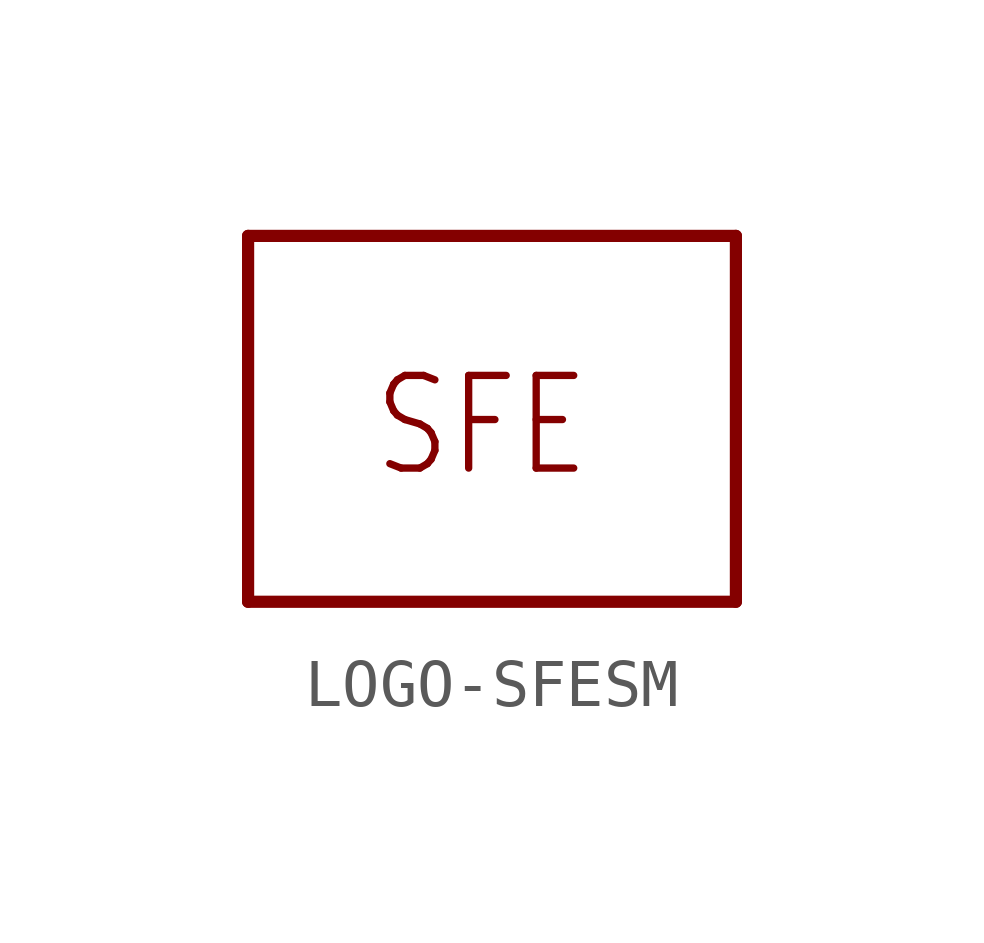
<source format=kicad_sym>
(kicad_symbol_lib
  (version 20231120)
  (generator "kicad_symbol_editor")
  (generator_version "8.0")
  (symbol "LOGO-SFESM"
    (property "Reference" "LOGO"
      (at 0 0 0)
      (effects (font (size 1.27 1.27)) (hide yes)))
    (property "ki_locked" ""
      (at 0 0 0)
      (effects (font (size 1.27 1.27))))
    (symbol "LOGO-SFESM_1_0"
      (polyline (pts (xy -2.54 -2.54) (xy 7.62 -2.54)) (stroke (width 0.254) (type solid)) (fill (type none)))
      (polyline (pts (xy -2.54 5.08) (xy -2.54 -2.54)) (stroke (width 0.254) (type solid)) (fill (type none)))
      (polyline (pts (xy 7.62 -2.54) (xy 7.62 5.08)) (stroke (width 0.254) (type solid)) (fill (type none)))
      (polyline (pts (xy 7.62 5.08) (xy -2.54 5.08)) (stroke (width 0.254) (type solid)) (fill (type none)))
      (text "SFE" (at 0 0 0) (effects (font (size 1.93 1.641)) (justify left bottom))))))
</source>
